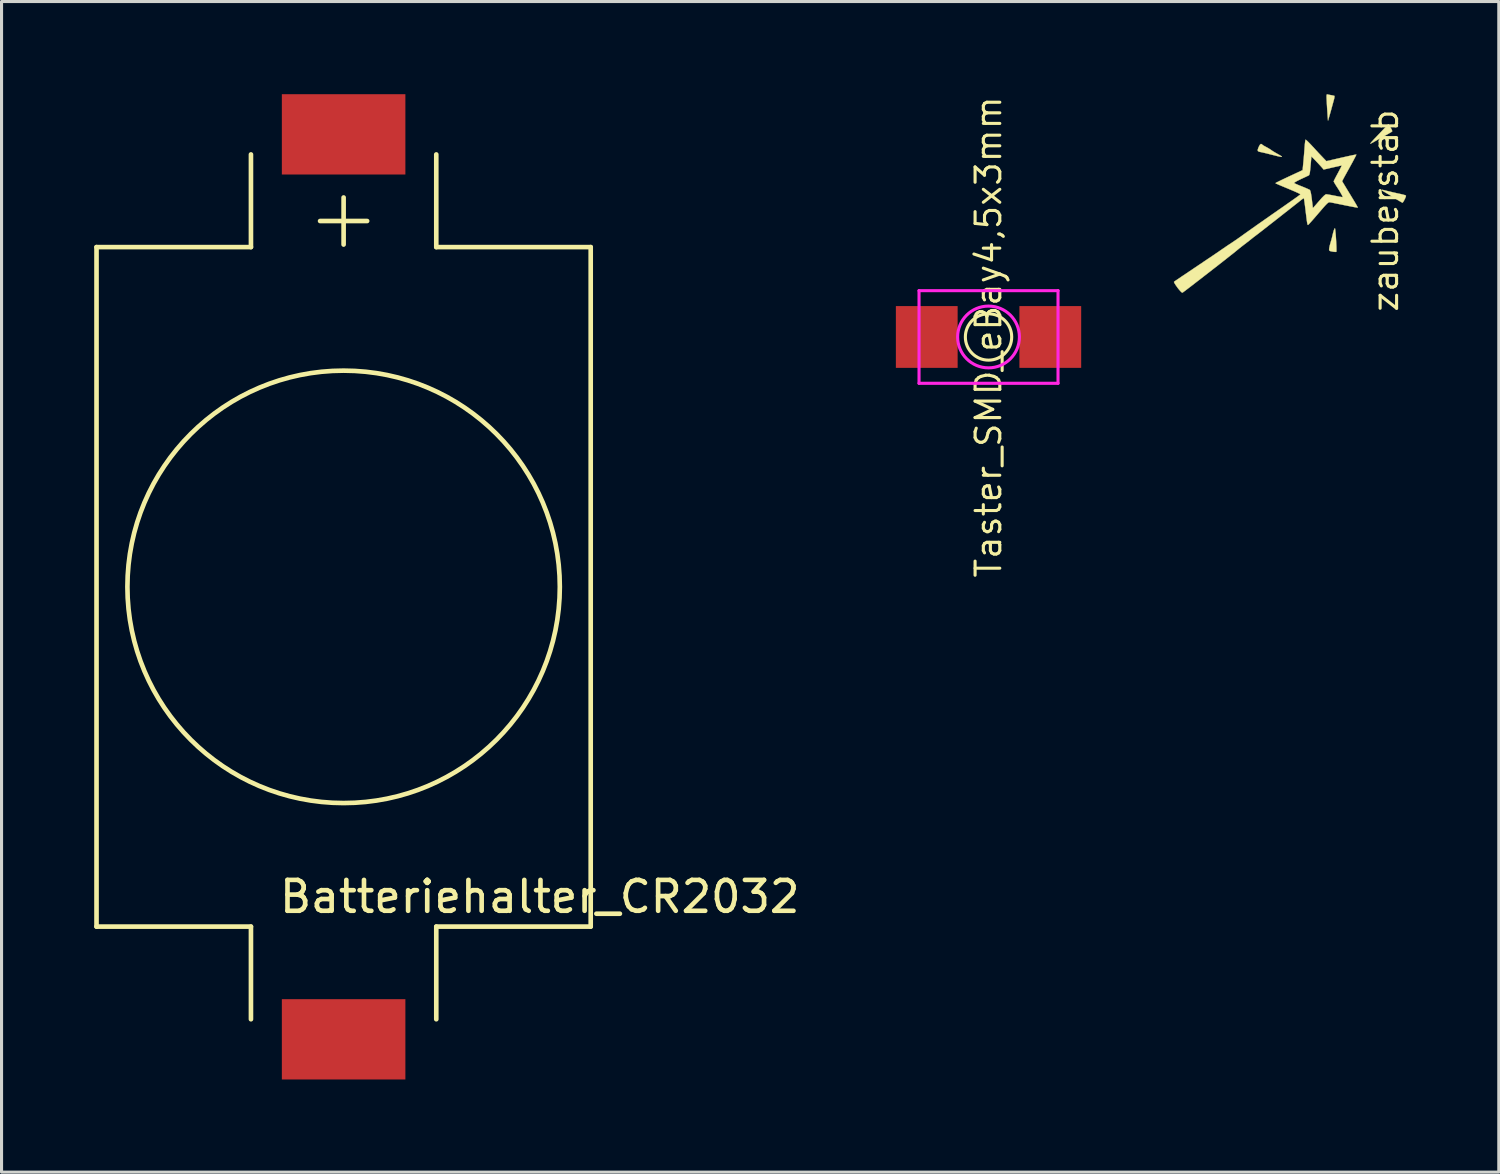
<source format=kicad_pcb>
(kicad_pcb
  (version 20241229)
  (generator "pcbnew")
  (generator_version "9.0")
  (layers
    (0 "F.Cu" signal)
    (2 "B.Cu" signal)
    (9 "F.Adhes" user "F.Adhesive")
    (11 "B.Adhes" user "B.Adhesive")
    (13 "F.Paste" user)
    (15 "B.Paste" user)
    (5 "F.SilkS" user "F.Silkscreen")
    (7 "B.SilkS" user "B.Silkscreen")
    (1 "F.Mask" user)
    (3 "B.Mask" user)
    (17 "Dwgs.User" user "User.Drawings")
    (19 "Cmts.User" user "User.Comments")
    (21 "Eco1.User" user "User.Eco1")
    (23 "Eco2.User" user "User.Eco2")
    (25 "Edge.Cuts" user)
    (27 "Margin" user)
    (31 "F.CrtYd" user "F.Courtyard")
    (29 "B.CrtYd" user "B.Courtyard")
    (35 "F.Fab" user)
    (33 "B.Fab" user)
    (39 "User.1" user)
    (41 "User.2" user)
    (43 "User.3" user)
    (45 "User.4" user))
  (footprint "Batteriehalter_CR2032"
    (layer "F.Cu")
    (at 8.075 15.95)
    (property "Reference" "Batteriehalter_CR2032" (at 6.35 10.033 0) (layer "F.SilkS") (effects (font (size 1 1) (thickness 0.15))))
    (attr through_hole)
    (fp_line (start -8 -11) (end -8 11) (stroke (width 0.15) (type solid)) (layer "F.SilkS"))
    (fp_line (start -8 -11) (end -3 -11) (stroke (width 0.15) (type solid)) (layer "F.SilkS"))
    (fp_line (start -8 11) (end -3 11) (stroke (width 0.15) (type solid)) (layer "F.SilkS"))
    (fp_line (start -3 -14) (end -3 -11) (stroke (width 0.15) (type solid)) (layer "F.SilkS"))
    (fp_line (start -3 11) (end -3 14) (stroke (width 0.15) (type solid)) (layer "F.SilkS"))
    (fp_line (start 3 -14) (end 3 -11) (stroke (width 0.15) (type solid)) (layer "F.SilkS"))
    (fp_line (start 3 11) (end 3 14) (stroke (width 0.15) (type solid)) (layer "F.SilkS"))
    (fp_line (start 3 11) (end 8 11) (stroke (width 0.15) (type solid)) (layer "F.SilkS"))
    (fp_line (start 8 -11) (end 3 -11) (stroke (width 0.15) (type solid)) (layer "F.SilkS"))
    (fp_line (start 8 11) (end 8 -11) (stroke (width 0.15) (type solid)) (layer "F.SilkS"))
    (fp_circle (center 0 0) (end 7 0) (stroke (width 0.15) (type solid)) (fill no) (layer "F.SilkS"))
    (fp_text user "+" (at 0 -12 0) (layer "F.SilkS") (effects (font (size 2 2) (thickness 0.15))))
    (pad "1" smd rect (at 0 -14.65) (size 4 2.6) (layers "F.Cu" "F.Mask" "F.Paste"))
    (pad "2" smd rect (at 0 14.65) (size 4 2.6) (layers "F.Cu" "F.Mask" "F.Paste")))
  (footprint "zauberstab"
    (layer "F.Cu")
    (at 38.5 3.387)
    (property "Reference" "zauberstab" (at 3.302 0.381 270) (layer "F.SilkS") (effects (font (size 0.8 0.8) (thickness 0.1))))
    (attr through_hole)
    (fp_poly (pts (xy 3.471 -2.308) (xy 3.51 -2.239) (xy 3.525 -2.193) (xy 3.521 -2.179) (xy 3.496 -2.162) (xy 3.441 -2.129) (xy 3.364 -2.085) (xy 3.271 -2.033) (xy 3.237 -2.014) (xy 3.135 -1.957) (xy 3.038 -1.904) (xy 2.958 -1.858) (xy 2.903 -1.826) (xy 2.895 -1.822) (xy 2.847 -1.796) (xy 2.819 -1.786) (xy 2.815 -1.789) (xy 2.829 -1.809) (xy 2.866 -1.853) (xy 2.92 -1.912) (xy 2.96 -1.955) (xy 3.045 -2.043) (xy 3.141 -2.144) (xy 3.231 -2.239) (xy 3.253 -2.262) (xy 3.4 -2.418) (xy 3.471 -2.308)) (stroke (width 0.01) (type solid)) (fill yes) (layer "F.SilkS"))
    (fp_poly (pts (xy 1.432 -3.38) (xy 1.478 -3.369) (xy 1.542 -3.357) (xy 1.556 -3.355) (xy 1.612 -3.344) (xy 1.65 -3.334) (xy 1.654 -3.332) (xy 1.657 -3.308) (xy 1.649 -3.258) (xy 1.641 -3.223) (xy 1.623 -3.157) (xy 1.598 -3.065) (xy 1.57 -2.964) (xy 1.559 -2.921) (xy 1.531 -2.822) (xy 1.504 -2.726) (xy 1.482 -2.649) (xy 1.475 -2.625) (xy 1.446 -2.529) (xy 1.432 -2.709) (xy 1.426 -2.808) (xy 1.418 -2.931) (xy 1.41 -3.06) (xy 1.406 -3.14) (xy 1.401 -3.246) (xy 1.399 -3.317) (xy 1.401 -3.359) (xy 1.408 -3.378) (xy 1.42 -3.382) (xy 1.432 -3.38)) (stroke (width 0.01) (type solid)) (fill yes) (layer "F.SilkS"))
    (fp_poly (pts (xy 1.676 0.972) (xy 1.683 1.026) (xy 1.691 1.106) (xy 1.699 1.204) (xy 1.706 1.312) (xy 1.712 1.421) (xy 1.717 1.524) (xy 1.719 1.613) (xy 1.72 1.678) (xy 1.717 1.713) (xy 1.715 1.716) (xy 1.69 1.72) (xy 1.636 1.716) (xy 1.593 1.709) (xy 1.528 1.696) (xy 1.495 1.681) (xy 1.483 1.657) (xy 1.482 1.633) (xy 1.488 1.585) (xy 1.503 1.512) (xy 1.526 1.43) (xy 1.526 1.429) (xy 1.551 1.343) (xy 1.573 1.262) (xy 1.586 1.206) (xy 1.612 1.099) (xy 1.636 1.017) (xy 1.657 0.967) (xy 1.67 0.953) (xy 1.676 0.972)) (stroke (width 0.01) (type solid)) (fill yes) (layer "F.SilkS"))
    (fp_poly (pts (xy 3.272 -0.277) (xy 3.273 -0.277) (xy 3.344 -0.259) (xy 3.445 -0.235) (xy 3.562 -0.207) (xy 3.685 -0.179) (xy 3.802 -0.154) (xy 3.837 -0.146) (xy 3.905 -0.129) (xy 3.954 -0.113) (xy 3.97 -0.103) (xy 3.967 -0.077) (xy 3.949 -0.028) (xy 3.922 0.029) (xy 3.893 0.083) (xy 3.868 0.118) (xy 3.857 0.126) (xy 3.835 0.115) (xy 3.783 0.086) (xy 3.709 0.042) (xy 3.62 -0.012) (xy 3.588 -0.032) (xy 3.488 -0.094) (xy 3.394 -0.151) (xy 3.315 -0.198) (xy 3.26 -0.23) (xy 3.252 -0.234) (xy 3.199 -0.267) (xy 3.184 -0.287) (xy 3.209 -0.291) (xy 3.272 -0.277)) (stroke (width 0.01) (type solid)) (fill yes) (layer "F.SilkS"))
    (fp_poly (pts (xy -0.699 -1.771) (xy -0.689 -1.759) (xy -0.665 -1.74) (xy -0.616 -1.709) (xy -0.566 -1.683) (xy -0.492 -1.642) (xy -0.423 -1.6) (xy -0.392 -1.578) (xy -0.339 -1.542) (xy -0.266 -1.498) (xy -0.201 -1.461) (xy -0.119 -1.415) (xy -0.067 -1.383) (xy -0.046 -1.364) (xy -0.06 -1.358) (xy -0.108 -1.364) (xy -0.193 -1.383) (xy -0.317 -1.414) (xy -0.37 -1.427) (xy -0.48 -1.455) (xy -0.58 -1.48) (xy -0.663 -1.499) (xy -0.715 -1.511) (xy -0.72 -1.511) (xy -0.791 -1.527) (xy -0.826 -1.549) (xy -0.83 -1.587) (xy -0.809 -1.651) (xy -0.802 -1.668) (xy -0.765 -1.741) (xy -0.73 -1.776) (xy -0.699 -1.771)) (stroke (width 0.01) (type solid)) (fill yes) (layer "F.SilkS"))
    (fp_poly (pts (xy 0.739 -1.904) (xy 0.781 -1.867) (xy 0.84 -1.808) (xy 0.911 -1.734) (xy 0.944 -1.698) (xy 1.031 -1.604) (xy 1.12 -1.507) (xy 1.202 -1.42) (xy 1.266 -1.353) (xy 1.273 -1.345) (xy 1.394 -1.219) (xy 1.874 -1.33) (xy 2.011 -1.361) (xy 2.133 -1.388) (xy 2.234 -1.41) (xy 2.31 -1.425) (xy 2.354 -1.433) (xy 2.363 -1.433) (xy 2.356 -1.413) (xy 2.331 -1.361) (xy 2.291 -1.285) (xy 2.24 -1.188) (xy 2.18 -1.079) (xy 2.173 -1.067) (xy 2.109 -0.95) (xy 2.049 -0.842) (xy 1.998 -0.75) (xy 1.96 -0.68) (xy 1.939 -0.64) (xy 1.903 -0.57) (xy 2.027 -0.364) (xy 2.093 -0.255) (xy 2.17 -0.129) (xy 2.245 -0.005) (xy 2.284 0.059) (xy 2.335 0.144) (xy 2.376 0.215) (xy 2.402 0.264) (xy 2.41 0.285) (xy 2.41 0.285) (xy 2.388 0.283) (xy 2.331 0.274) (xy 2.245 0.258) (xy 2.137 0.237) (xy 2.013 0.213) (xy 1.99 0.208) (xy 1.859 0.181) (xy 1.738 0.157) (xy 1.636 0.136) (xy 1.559 0.121) (xy 1.515 0.113) (xy 1.513 0.113) (xy 1.491 0.111) (xy 1.469 0.116) (xy 1.443 0.132) (xy 1.409 0.162) (xy 1.363 0.209) (xy 1.3 0.279) (xy 1.218 0.374) (xy 1.132 0.474) (xy 1.041 0.58) (xy 0.959 0.674) (xy 0.89 0.752) (xy 0.838 0.809) (xy 0.806 0.841) (xy 0.799 0.846) (xy 0.791 0.843) (xy 0.784 0.831) (xy 0.777 0.803) (xy 0.768 0.756) (xy 0.758 0.685) (xy 0.745 0.583) (xy 0.728 0.447) (xy 0.719 0.37) (xy 0.704 0.248) (xy 0.69 0.142) (xy 0.678 0.057) (xy 0.67 0.001) (xy 0.665 -0.019) (xy 0.645 -0.012) (xy 0.607 0.014) (xy 0.595 0.023) (xy 0.557 0.053) (xy 0.493 0.105) (xy 0.405 0.174) (xy 0.299 0.257) (xy 0.179 0.352) (xy 0.048 0.454) (xy -0.087 0.561) (xy -0.225 0.669) (xy -0.359 0.774) (xy -0.486 0.873) (xy -0.601 0.963) (xy -0.7 1.041) (xy -0.779 1.102) (xy -0.834 1.145) (xy -0.86 1.164) (xy -0.86 1.164) (xy -0.899 1.194) (xy -0.959 1.239) (xy -1.019 1.287) (xy -1.093 1.346) (xy -1.183 1.416) (xy -1.27 1.483) (xy -1.277 1.488) (xy -1.357 1.55) (xy -1.438 1.614) (xy -1.502 1.667) (xy -1.51 1.674) (xy -1.552 1.708) (xy -1.621 1.764) (xy -1.713 1.836) (xy -1.824 1.924) (xy -1.95 2.023) (xy -2.088 2.131) (xy -2.234 2.245) (xy -2.383 2.361) (xy -2.533 2.477) (xy -2.678 2.59) (xy -2.816 2.696) (xy -2.942 2.794) (xy -3.053 2.879) (xy -3.145 2.949) (xy -3.214 3.001) (xy -3.256 3.032) (xy -3.268 3.039) (xy -3.294 3.028) (xy -3.338 2.984) (xy -3.399 2.912) (xy -3.426 2.876) (xy -3.479 2.802) (xy -3.518 2.741) (xy -3.539 2.7) (xy -3.54 2.687) (xy -3.52 2.672) (xy -3.468 2.636) (xy -3.389 2.583) (xy -3.287 2.513) (xy -3.165 2.432) (xy -3.029 2.34) (xy -2.882 2.241) (xy -2.879 2.239) (xy -2.721 2.133) (xy -2.567 2.029) (xy -2.42 1.93) (xy -2.287 1.841) (xy -2.174 1.764) (xy -2.085 1.704) (xy -2.037 1.67) (xy -1.952 1.612) (xy -1.876 1.56) (xy -1.819 1.521) (xy -1.792 1.503) (xy -1.657 1.414) (xy -1.548 1.34) (xy -1.454 1.275) (xy -1.363 1.211) (xy -1.281 1.151) (xy -1.22 1.108) (xy -1.13 1.044) (xy -1.016 0.963) (xy -0.882 0.868) (xy -0.733 0.764) (xy -0.575 0.653) (xy -0.413 0.54) (xy -0.381 0.517) (xy -0.177 0.375) (xy -0.004 0.255) (xy 0.138 0.155) (xy 0.255 0.073) (xy 0.347 0.008) (xy 0.418 -0.042) (xy 0.471 -0.08) (xy 0.507 -0.108) (xy 0.531 -0.126) (xy 0.544 -0.138) (xy 0.55 -0.145) (xy 0.55 -0.148) (xy 0.531 -0.162) (xy 0.472 -0.191) (xy 0.375 -0.235) (xy 0.239 -0.293) (xy 0.067 -0.365) (xy -0.005 -0.395) (xy -0.099 -0.434) (xy -0.177 -0.468) (xy -0.231 -0.494) (xy -0.254 -0.508) (xy -0.254 -0.508) (xy -0.252 -0.51) (xy 0.351 -0.51) (xy 0.377 -0.495) (xy 0.435 -0.469) (xy 0.514 -0.435) (xy 0.598 -0.402) (xy 0.691 -0.364) (xy 0.772 -0.329) (xy 0.831 -0.302) (xy 0.857 -0.288) (xy 0.875 -0.254) (xy 0.893 -0.18) (xy 0.912 -0.064) (xy 0.92 -0.001) (xy 0.932 0.101) (xy 0.943 0.187) (xy 0.95 0.249) (xy 0.952 0.279) (xy 0.953 0.28) (xy 0.959 0.296) (xy 0.959 0.296) (xy 0.974 0.281) (xy 1.012 0.239) (xy 1.067 0.177) (xy 1.133 0.1) (xy 1.155 0.075) (xy 1.247 -0.03) (xy 1.318 -0.102) (xy 1.367 -0.14) (xy 1.386 -0.147) (xy 1.423 -0.143) (xy 1.492 -0.132) (xy 1.581 -0.116) (xy 1.672 -0.098) (xy 1.768 -0.079) (xy 1.847 -0.065) (xy 1.901 -0.056) (xy 1.922 -0.054) (xy 1.917 -0.076) (xy 1.893 -0.126) (xy 1.852 -0.198) (xy 1.8 -0.285) (xy 1.739 -0.381) (xy 1.729 -0.395) (xy 1.684 -0.466) (xy 1.65 -0.524) (xy 1.632 -0.559) (xy 1.63 -0.565) (xy 1.64 -0.589) (xy 1.666 -0.643) (xy 1.705 -0.718) (xy 1.754 -0.809) (xy 1.766 -0.831) (xy 1.814 -0.922) (xy 1.854 -0.998) (xy 1.88 -1.052) (xy 1.89 -1.078) (xy 1.89 -1.079) (xy 1.866 -1.075) (xy 1.81 -1.063) (xy 1.727 -1.044) (xy 1.626 -1.022) (xy 1.591 -1.014) (xy 1.304 -0.948) (xy 1.263 -0.998) (xy 1.233 -1.032) (xy 1.186 -1.084) (xy 1.128 -1.147) (xy 1.065 -1.213) (xy 1.006 -1.275) (xy 0.955 -1.327) (xy 0.92 -1.361) (xy 0.908 -1.37) (xy 0.906 -1.349) (xy 0.901 -1.292) (xy 0.894 -1.209) (xy 0.885 -1.108) (xy 0.882 -1.071) (xy 0.87 -0.945) (xy 0.859 -0.855) (xy 0.847 -0.798) (xy 0.833 -0.767) (xy 0.826 -0.76) (xy 0.795 -0.745) (xy 0.734 -0.716) (xy 0.653 -0.678) (xy 0.562 -0.636) (xy 0.469 -0.59) (xy 0.399 -0.552) (xy 0.358 -0.524) (xy 0.351 -0.51) (xy -0.252 -0.51) (xy -0.236 -0.52) (xy -0.184 -0.547) (xy -0.105 -0.586) (xy -0.004 -0.635) (xy 0.115 -0.691) (xy 0.185 -0.724) (xy 0.624 -0.928) (xy 0.649 -1.189) (xy 0.661 -1.32) (xy 0.673 -1.464) (xy 0.684 -1.601) (xy 0.689 -1.678) (xy 0.697 -1.772) (xy 0.706 -1.849) (xy 0.714 -1.9) (xy 0.72 -1.916) (xy 0.739 -1.904)) (stroke (width 0.01) (type solid)) (fill yes) (layer "F.SilkS")))
  (footprint "Taster_SMD_eBay4,5x3mm"
    (layer "F.Cu")
    (at 28.955 7.86)
    (property "Reference" "Taster_SMD_eBay4,5x3mm" (at 0 0 270) (layer "F.SilkS") (effects (font (size 0.8 0.8) (thickness 0.1))))
    (attr through_hole)
    (fp_circle (center 0 0) (end 0.75 0) (stroke (width 0.1) (type solid)) (fill no) (layer "F.SilkS"))
    (fp_line (start -2.25 -1.5) (end -2.25 1.5) (stroke (width 0.1) (type solid)) (layer "F.CrtYd"))
    (fp_line (start -2.25 1.5) (end 2.25 1.5) (stroke (width 0.1) (type solid)) (layer "F.CrtYd"))
    (fp_line (start 2.25 -1.5) (end -2.25 -1.5) (stroke (width 0.1) (type solid)) (layer "F.CrtYd"))
    (fp_line (start 2.25 1.5) (end 2.25 -1.5) (stroke (width 0.1) (type solid)) (layer "F.CrtYd"))
    (fp_circle (center 0 0) (end 1 0) (stroke (width 0.1) (type solid)) (fill no) (layer "F.CrtYd"))
    (pad "1" smd rect (at -2 0) (size 2 2) (layers "F.Cu" "F.Mask" "F.Paste"))
    (pad "2" smd rect (at 2 0 90) (size 2 2) (layers "F.Cu" "F.Mask" "F.Paste")))
  (gr_rect
    (start -3 -3)
    (end 45.476 34.9)
    (stroke (width 0.1) (type default))
    (fill no)
    (layer "Edge.Cuts")))
</source>
